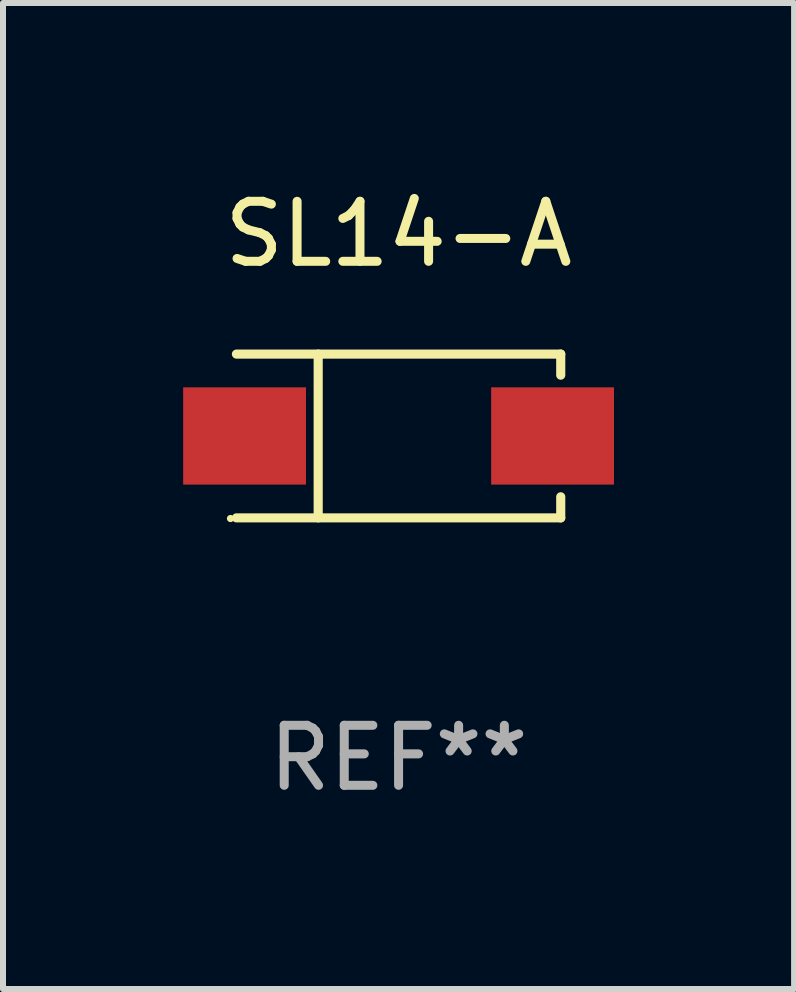
<source format=kicad_pcb>
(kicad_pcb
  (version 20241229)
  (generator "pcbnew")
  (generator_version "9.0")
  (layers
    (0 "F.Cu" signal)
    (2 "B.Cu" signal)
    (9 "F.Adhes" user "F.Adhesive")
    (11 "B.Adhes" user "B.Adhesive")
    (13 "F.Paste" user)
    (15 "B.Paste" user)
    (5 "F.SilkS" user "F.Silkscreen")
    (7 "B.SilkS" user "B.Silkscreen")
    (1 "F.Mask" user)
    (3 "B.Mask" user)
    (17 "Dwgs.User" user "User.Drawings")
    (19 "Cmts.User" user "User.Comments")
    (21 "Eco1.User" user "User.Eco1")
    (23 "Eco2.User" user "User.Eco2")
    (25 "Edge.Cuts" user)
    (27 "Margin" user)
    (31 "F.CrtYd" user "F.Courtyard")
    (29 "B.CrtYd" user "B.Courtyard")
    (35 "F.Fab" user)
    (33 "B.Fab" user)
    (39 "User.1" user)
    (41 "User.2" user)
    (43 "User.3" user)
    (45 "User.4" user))
  (footprint "SL14-A"
    (layer "F.Cu")
    (at 3.589 4.212)
    (property "Reference" "SL14-A" (at 0 -3.364 0) (layer "F.SilkS") (effects (font (size 1 1) (thickness 0.15))))
    (attr through_hole)
    (fp_line (start -2.701 -1.364) (end 2.701 -1.364) (stroke (width 0.152) (type solid)) (layer "F.SilkS"))
    (fp_line (start -2.701 1.364) (end 2.701 1.364) (stroke (width 0.152) (type solid)) (layer "F.SilkS"))
    (fp_line (start -1.339 -1.364) (end -1.339 1.364) (stroke (width 0.152) (type solid)) (layer "F.SilkS"))
    (fp_line (start 2.701 -1.364) (end 2.701 -1.013) (stroke (width 0.152) (type solid)) (layer "F.SilkS"))
    (fp_line (start 2.701 1.364) (end 2.701 1.013) (stroke (width 0.152) (type solid)) (layer "F.SilkS"))
    (fp_circle (center -2.8 1.375) (end -2.77 1.375) (stroke (width 0.06) (type solid)) (fill no) (layer "F.SilkS"))
    (fp_text user "REF**" (at 0 5.364 0) (layer "F.Fab") (effects (font (size 1 1) (thickness 0.15))))
    (pad "1" smd rect (at -2.565 -0.000025) (size 2.046 1.62) (layers "F.Cu" "F.Mask" "F.Paste"))
    (pad "2" smd rect (at 2.565 -0.000025) (size 2.046 1.62) (layers "F.Cu" "F.Mask" "F.Paste")))
  (gr_rect
    (start -3 -3)
    (end 10.177 13.424)
    (stroke (width 0.1) (type default))
    (fill no)
    (layer "Edge.Cuts")))
</source>
